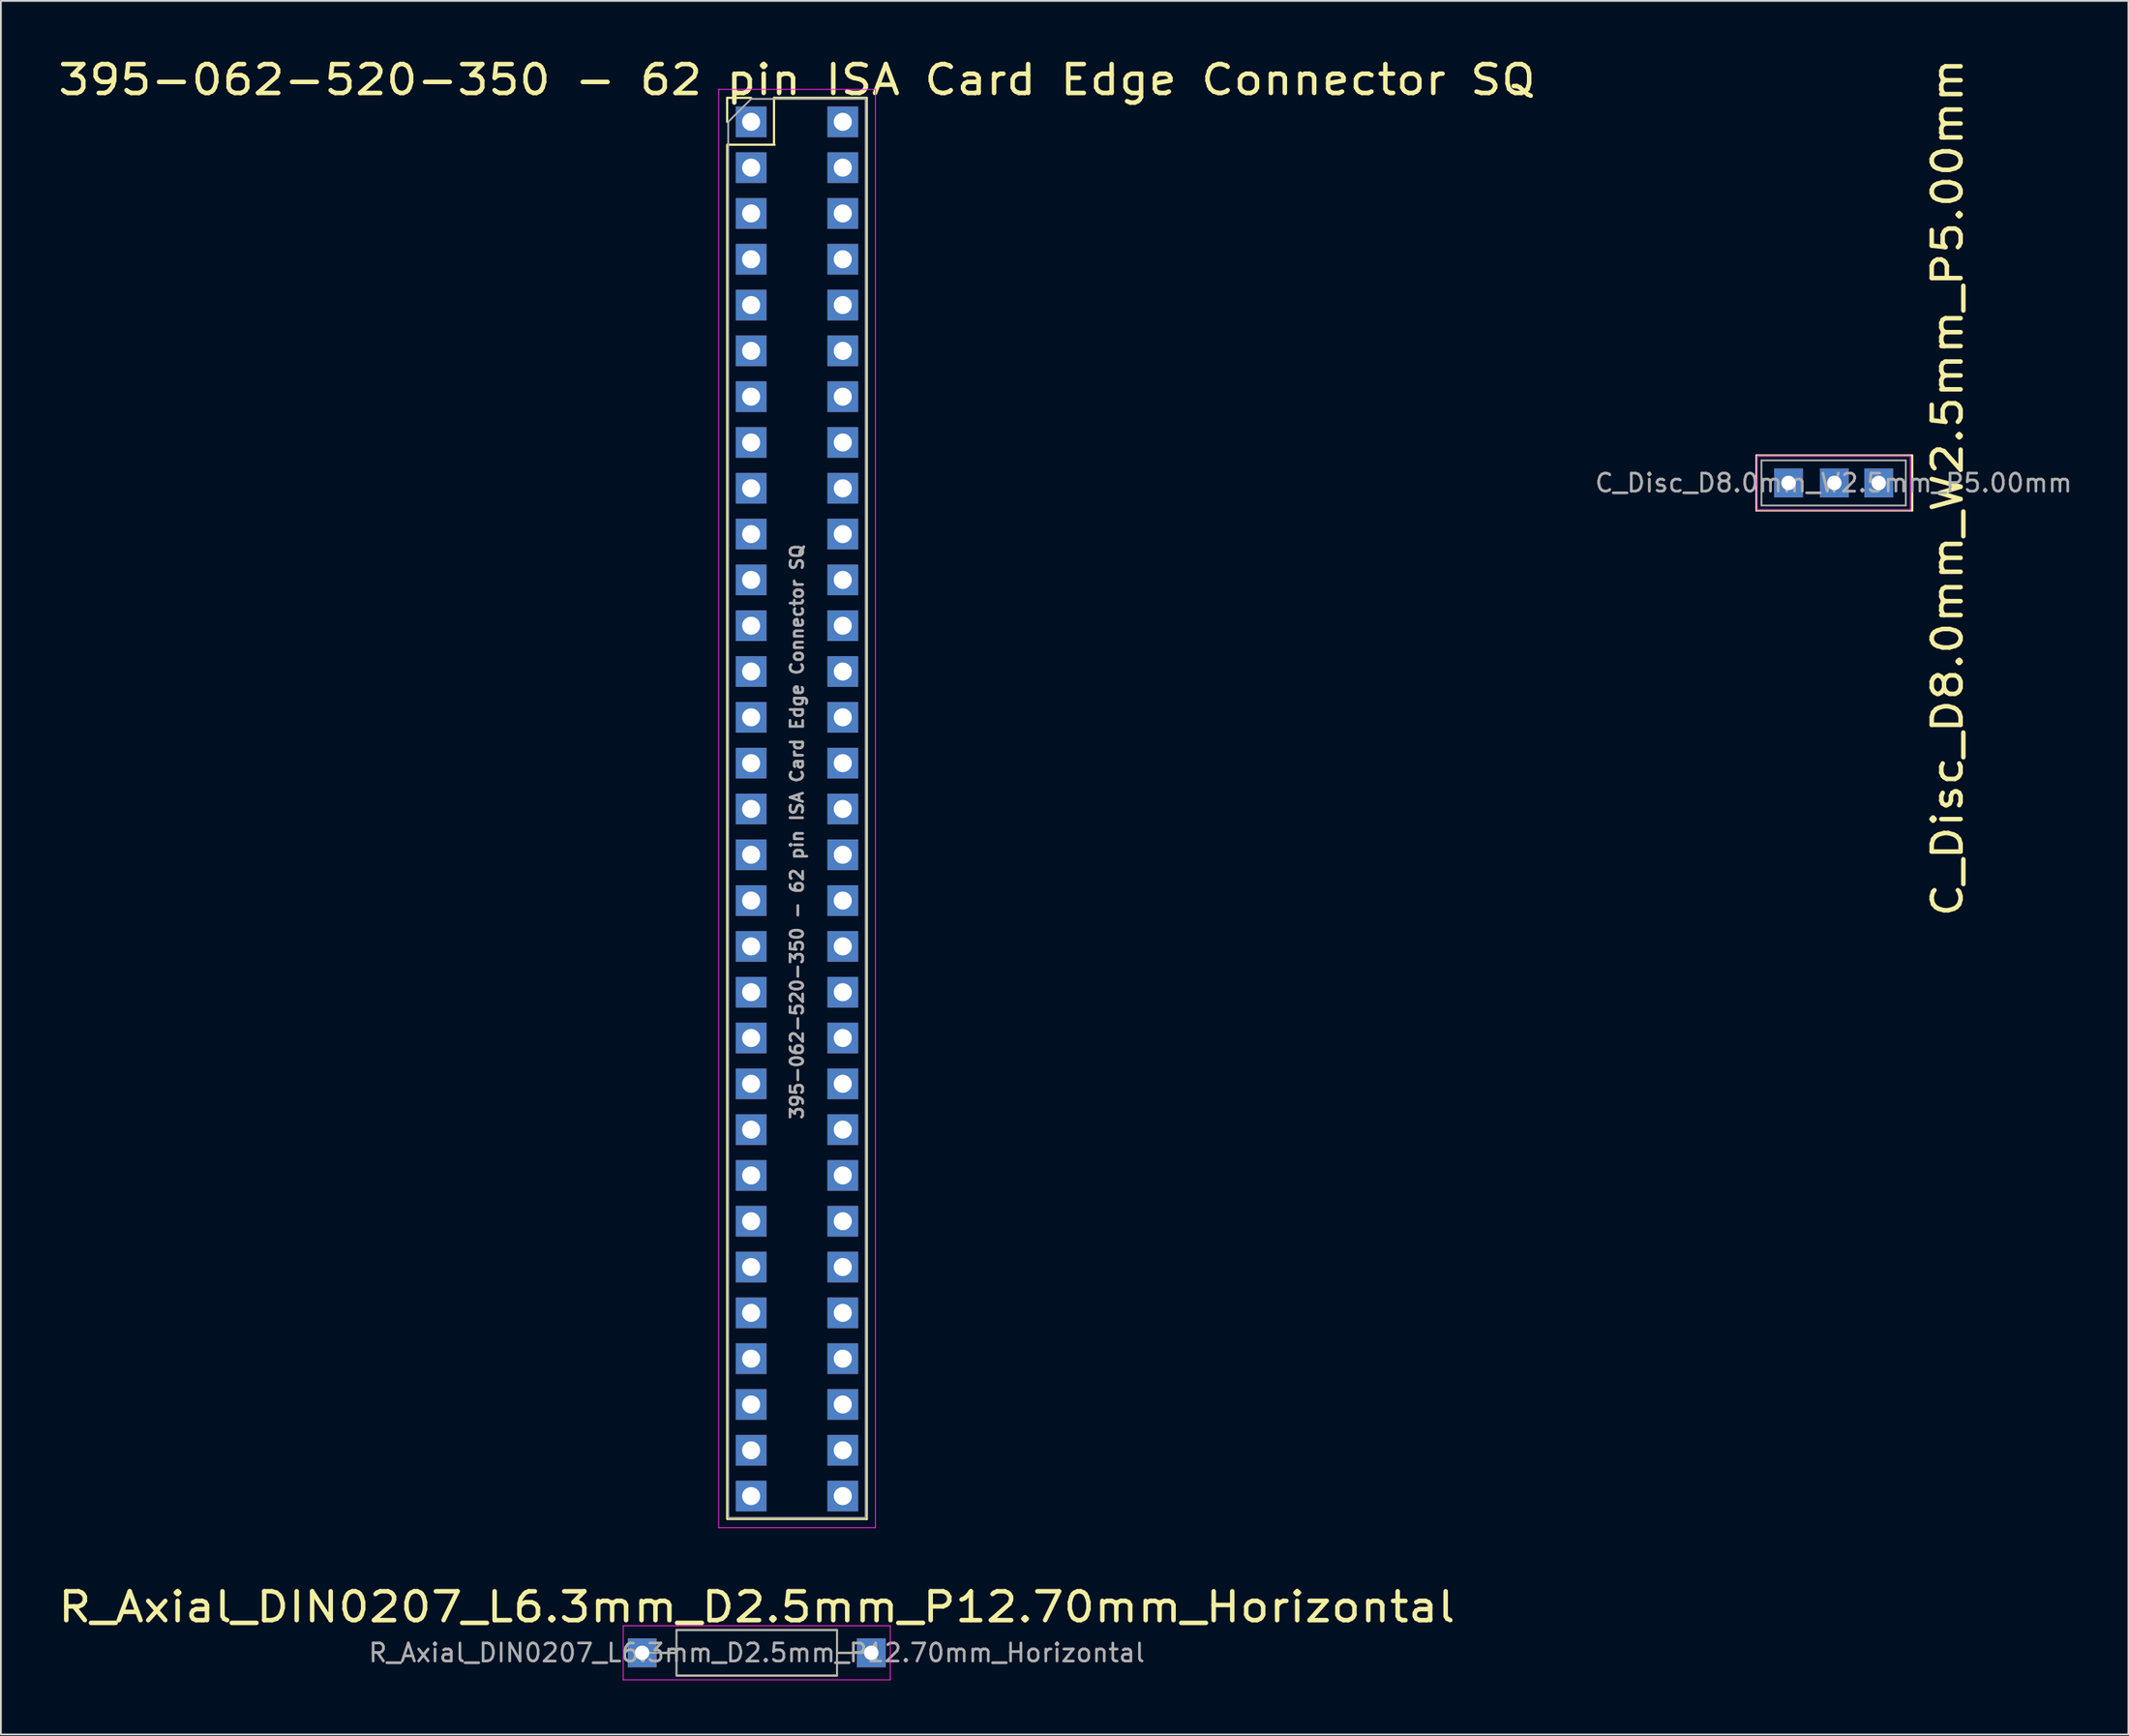
<source format=kicad_pcb>
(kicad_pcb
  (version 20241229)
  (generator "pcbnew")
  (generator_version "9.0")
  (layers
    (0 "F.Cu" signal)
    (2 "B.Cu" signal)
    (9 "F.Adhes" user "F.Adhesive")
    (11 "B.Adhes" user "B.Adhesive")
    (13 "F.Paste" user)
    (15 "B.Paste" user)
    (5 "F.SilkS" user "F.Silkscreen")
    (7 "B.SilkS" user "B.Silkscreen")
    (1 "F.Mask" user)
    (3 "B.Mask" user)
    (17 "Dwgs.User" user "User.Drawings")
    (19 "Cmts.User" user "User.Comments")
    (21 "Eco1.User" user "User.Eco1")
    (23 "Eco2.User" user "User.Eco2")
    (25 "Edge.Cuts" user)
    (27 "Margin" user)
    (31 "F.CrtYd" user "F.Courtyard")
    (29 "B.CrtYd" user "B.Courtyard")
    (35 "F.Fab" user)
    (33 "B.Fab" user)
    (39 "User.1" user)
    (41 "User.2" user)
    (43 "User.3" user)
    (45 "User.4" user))
  (footprint "C_Disc_D8.0mm_W2.5mm_P5.00mm"
    (layer "F.Cu")
    (at 96.086 23.727)
    (property "Reference" "C_Disc_D8.0mm_W2.5mm_P5.00mm" (at 8.81 0.254 270) (layer "F.SilkS") (effects (font (size 1.6 1.8) (thickness 0.25))))
    (fp_line (start -1.778 -1.524) (end -1.778 1.524) (stroke (width 0.12) (type solid)) (layer "F.SilkS"))
    (fp_line (start -1.778 -1.524) (end 6.858 -1.524) (stroke (width 0.12) (type solid)) (layer "F.SilkS"))
    (fp_line (start -1.778 1.524) (end 6.858 1.524) (stroke (width 0.12) (type solid)) (layer "F.SilkS"))
    (fp_line (start 6.858 -1.524) (end 6.858 1.524) (stroke (width 0.12) (type solid)) (layer "F.SilkS"))
    (fp_line (start -1.75 -1.5) (end -1.75 1.5) (stroke (width 0.05) (type solid)) (layer "F.CrtYd"))
    (fp_line (start -1.75 1.5) (end 6.75 1.5) (stroke (width 0.05) (type solid)) (layer "F.CrtYd"))
    (fp_line (start 6.75 -1.5) (end -1.75 -1.5) (stroke (width 0.05) (type solid)) (layer "F.CrtYd"))
    (fp_line (start 6.75 1.5) (end 6.75 -1.5) (stroke (width 0.05) (type solid)) (layer "F.CrtYd"))
    (fp_line (start -1.5 -1.25) (end -1.5 1.25) (stroke (width 0.1) (type solid)) (layer "F.Fab"))
    (fp_line (start -1.5 1.25) (end 6.5 1.25) (stroke (width 0.1) (type solid)) (layer "F.Fab"))
    (fp_line (start 6.5 -1.25) (end -1.5 -1.25) (stroke (width 0.1) (type solid)) (layer "F.Fab"))
    (fp_line (start 6.5 1.25) (end 6.5 -1.25) (stroke (width 0.1) (type solid)) (layer "F.Fab"))
    (fp_text user "${REFERENCE}" (at 2.5 0 180) (layer "F.Fab") (effects (font (size 1 1) (thickness 0.15))))
    (pad "1" thru_hole rect (at 0 0) (size 1.6 1.6) (drill 0.8) (layers "*.Cu" "*.Mask"))
    (pad "2" thru_hole rect (at 5 0) (size 1.6 1.6) (drill 0.8) (layers "*.Cu" "*.Mask"))
    (pad "3" thru_hole rect (at 2.54 0) (size 1.6 1.6) (drill 0.8) (layers "*.Cu" "*.Mask")))
  (footprint "395-062-520-350 - 62 pin ISA Card Edge Connector SQ"
    (layer "F.Cu")
    (at 41.124 3.705)
    (property "Reference" "395-062-520-350 - 62 pin ISA Card Edge Connector SQ" (at 0 -2.33 0) (layer "F.SilkS") (effects (font (size 1.6 1.8) (thickness 0.25))))
    (attr through_hole)
    (fp_line (start -3.87 -1.33) (end -2.54 -1.33) (stroke (width 0.12) (type solid)) (layer "F.SilkS"))
    (fp_line (start -3.87 0) (end -3.87 -1.33) (stroke (width 0.12) (type solid)) (layer "F.SilkS"))
    (fp_line (start -3.87 1.27) (end -3.87 77.47) (stroke (width 0.12) (type solid)) (layer "F.SilkS"))
    (fp_line (start -3.84 1.27) (end -1.24 1.27) (stroke (width 0.12) (type solid)) (layer "F.SilkS"))
    (fp_line (start -3.81 77.47) (end 3.87 77.47) (stroke (width 0.12) (type solid)) (layer "F.SilkS"))
    (fp_line (start -1.27 -1.33) (end 3.87 -1.33) (stroke (width 0.12) (type solid)) (layer "F.SilkS"))
    (fp_line (start -1.27 1.27) (end -1.27 -1.33) (stroke (width 0.12) (type solid)) (layer "F.SilkS"))
    (fp_line (start 3.87 -1.33) (end 3.87 77.47) (stroke (width 0.12) (type solid)) (layer "F.SilkS"))
    (fp_line (start -4.34 -1.8) (end -4.34 77.95) (stroke (width 0.05) (type solid)) (layer "F.CrtYd"))
    (fp_line (start -4.34 77.95) (end 4.35 77.95) (stroke (width 0.05) (type solid)) (layer "F.CrtYd"))
    (fp_line (start 4.35 -1.8) (end -4.34 -1.8) (stroke (width 0.05) (type solid)) (layer "F.CrtYd"))
    (fp_line (start 4.35 77.95) (end 4.35 -1.8) (stroke (width 0.05) (type solid)) (layer "F.CrtYd"))
    (fp_line (start -3.81 0) (end -2.54 -1.27) (stroke (width 0.1) (type solid)) (layer "F.Fab"))
    (fp_line (start -3.81 77.41) (end -3.81 0) (stroke (width 0.1) (type solid)) (layer "F.Fab"))
    (fp_line (start -2.54 -1.27) (end 3.81 -1.27) (stroke (width 0.1) (type solid)) (layer "F.Fab"))
    (fp_line (start 3.81 -1.27) (end 3.81 77.41) (stroke (width 0.1) (type solid)) (layer "F.Fab"))
    (fp_line (start 3.81 77.41) (end -3.81 77.41) (stroke (width 0.1) (type solid)) (layer "F.Fab"))
    (fp_text user "${REFERENCE}" (at 0 39.37 90) (layer "F.Fab") (effects (font (size 0.7 0.7) (thickness 0.15))))
    (pad "1" thru_hole rect (at -2.54 0) (size 1.7 1.7) (drill 1) (layers "*.Cu" "*.Mask"))
    (pad "2" thru_hole rect (at -2.54 2.54) (size 1.7 1.7) (drill 1) (layers "*.Cu" "*.Mask"))
    (pad "3" thru_hole rect (at -2.54 5.08) (size 1.7 1.7) (drill 1) (layers "*.Cu" "*.Mask"))
    (pad "4" thru_hole rect (at -2.54 7.62) (size 1.7 1.7) (drill 1) (layers "*.Cu" "*.Mask"))
    (pad "5" thru_hole rect (at -2.54 10.16) (size 1.7 1.7) (drill 1) (layers "*.Cu" "*.Mask"))
    (pad "6" thru_hole rect (at -2.54 12.7) (size 1.7 1.7) (drill 1) (layers "*.Cu" "*.Mask"))
    (pad "7" thru_hole rect (at -2.54 15.24) (size 1.7 1.7) (drill 1) (layers "*.Cu" "*.Mask"))
    (pad "8" thru_hole rect (at -2.54 17.78) (size 1.7 1.7) (drill 1) (layers "*.Cu" "*.Mask"))
    (pad "9" thru_hole rect (at -2.54 20.32) (size 1.7 1.7) (drill 1) (layers "*.Cu" "*.Mask"))
    (pad "10" thru_hole rect (at -2.54 22.86) (size 1.7 1.7) (drill 1) (layers "*.Cu" "*.Mask"))
    (pad "11" thru_hole rect (at -2.54 25.4) (size 1.7 1.7) (drill 1) (layers "*.Cu" "*.Mask"))
    (pad "12" thru_hole rect (at -2.54 27.94) (size 1.7 1.7) (drill 1) (layers "*.Cu" "*.Mask"))
    (pad "13" thru_hole rect (at -2.54 30.48) (size 1.7 1.7) (drill 1) (layers "*.Cu" "*.Mask"))
    (pad "14" thru_hole rect (at -2.54 33.02) (size 1.7 1.7) (drill 1) (layers "*.Cu" "*.Mask"))
    (pad "15" thru_hole rect (at -2.54 35.56) (size 1.7 1.7) (drill 1) (layers "*.Cu" "*.Mask"))
    (pad "16" thru_hole rect (at -2.54 38.1) (size 1.7 1.7) (drill 1) (layers "*.Cu" "*.Mask"))
    (pad "17" thru_hole rect (at -2.54 40.64) (size 1.7 1.7) (drill 1) (layers "*.Cu" "*.Mask"))
    (pad "18" thru_hole rect (at -2.54 43.18) (size 1.7 1.7) (drill 1) (layers "*.Cu" "*.Mask"))
    (pad "19" thru_hole rect (at -2.54 45.72) (size 1.7 1.7) (drill 1) (layers "*.Cu" "*.Mask"))
    (pad "20" thru_hole rect (at -2.54 48.26) (size 1.7 1.7) (drill 1) (layers "*.Cu" "*.Mask"))
    (pad "21" thru_hole rect (at -2.54 50.8) (size 1.7 1.7) (drill 1) (layers "*.Cu" "*.Mask"))
    (pad "22" thru_hole rect (at -2.54 53.34) (size 1.7 1.7) (drill 1) (layers "*.Cu" "*.Mask"))
    (pad "23" thru_hole rect (at -2.54 55.88) (size 1.7 1.7) (drill 1) (layers "*.Cu" "*.Mask"))
    (pad "24" thru_hole rect (at -2.54 58.42) (size 1.7 1.7) (drill 1) (layers "*.Cu" "*.Mask"))
    (pad "25" thru_hole rect (at -2.54 60.96) (size 1.7 1.7) (drill 1) (layers "*.Cu" "*.Mask"))
    (pad "26" thru_hole rect (at -2.54 63.5) (size 1.7 1.7) (drill 1) (layers "*.Cu" "*.Mask"))
    (pad "27" thru_hole rect (at -2.54 66.04) (size 1.7 1.7) (drill 1) (layers "*.Cu" "*.Mask"))
    (pad "28" thru_hole rect (at -2.54 68.58) (size 1.7 1.7) (drill 1) (layers "*.Cu" "*.Mask"))
    (pad "29" thru_hole rect (at -2.54 71.12) (size 1.7 1.7) (drill 1) (layers "*.Cu" "*.Mask"))
    (pad "30" thru_hole rect (at -2.54 73.66) (size 1.7 1.7) (drill 1) (layers "*.Cu" "*.Mask"))
    (pad "31" thru_hole rect (at -2.54 76.2) (size 1.7 1.7) (drill 1) (layers "*.Cu" "*.Mask"))
    (pad "32" thru_hole rect (at 2.54 0) (size 1.7 1.7) (drill 1) (layers "*.Cu" "*.Mask"))
    (pad "33" thru_hole rect (at 2.54 2.54) (size 1.7 1.7) (drill 1) (layers "*.Cu" "*.Mask"))
    (pad "34" thru_hole rect (at 2.54 5.08) (size 1.7 1.7) (drill 1) (layers "*.Cu" "*.Mask"))
    (pad "35" thru_hole rect (at 2.54 7.62) (size 1.7 1.7) (drill 1) (layers "*.Cu" "*.Mask"))
    (pad "36" thru_hole rect (at 2.54 10.16) (size 1.7 1.7) (drill 1) (layers "*.Cu" "*.Mask"))
    (pad "37" thru_hole rect (at 2.54 12.7) (size 1.7 1.7) (drill 1) (layers "*.Cu" "*.Mask"))
    (pad "38" thru_hole rect (at 2.54 15.24) (size 1.7 1.7) (drill 1) (layers "*.Cu" "*.Mask"))
    (pad "39" thru_hole rect (at 2.54 17.78) (size 1.7 1.7) (drill 1) (layers "*.Cu" "*.Mask"))
    (pad "40" thru_hole rect (at 2.54 20.32) (size 1.7 1.7) (drill 1) (layers "*.Cu" "*.Mask"))
    (pad "41" thru_hole rect (at 2.54 22.86) (size 1.7 1.7) (drill 1) (layers "*.Cu" "*.Mask"))
    (pad "42" thru_hole rect (at 2.54 25.4) (size 1.7 1.7) (drill 1) (layers "*.Cu" "*.Mask"))
    (pad "43" thru_hole rect (at 2.54 27.94) (size 1.7 1.7) (drill 1) (layers "*.Cu" "*.Mask"))
    (pad "44" thru_hole rect (at 2.54 30.48) (size 1.7 1.7) (drill 1) (layers "*.Cu" "*.Mask"))
    (pad "45" thru_hole rect (at 2.54 33.02) (size 1.7 1.7) (drill 1) (layers "*.Cu" "*.Mask"))
    (pad "46" thru_hole rect (at 2.54 35.56) (size 1.7 1.7) (drill 1) (layers "*.Cu" "*.Mask"))
    (pad "47" thru_hole rect (at 2.54 38.1) (size 1.7 1.7) (drill 1) (layers "*.Cu" "*.Mask"))
    (pad "48" thru_hole rect (at 2.54 40.64) (size 1.7 1.7) (drill 1) (layers "*.Cu" "*.Mask"))
    (pad "49" thru_hole rect (at 2.54 43.18) (size 1.7 1.7) (drill 1) (layers "*.Cu" "*.Mask"))
    (pad "50" thru_hole rect (at 2.54 45.72) (size 1.7 1.7) (drill 1) (layers "*.Cu" "*.Mask"))
    (pad "51" thru_hole rect (at 2.54 48.26) (size 1.7 1.7) (drill 1) (layers "*.Cu" "*.Mask"))
    (pad "52" thru_hole rect (at 2.54 50.8) (size 1.7 1.7) (drill 1) (layers "*.Cu" "*.Mask"))
    (pad "53" thru_hole rect (at 2.54 53.34) (size 1.7 1.7) (drill 1) (layers "*.Cu" "*.Mask"))
    (pad "54" thru_hole rect (at 2.54 55.88) (size 1.7 1.7) (drill 1) (layers "*.Cu" "*.Mask"))
    (pad "55" thru_hole rect (at 2.54 58.42) (size 1.7 1.7) (drill 1) (layers "*.Cu" "*.Mask"))
    (pad "56" thru_hole rect (at 2.54 60.96) (size 1.7 1.7) (drill 1) (layers "*.Cu" "*.Mask"))
    (pad "57" thru_hole rect (at 2.54 63.5) (size 1.7 1.7) (drill 1) (layers "*.Cu" "*.Mask"))
    (pad "58" thru_hole rect (at 2.54 66.04) (size 1.7 1.7) (drill 1) (layers "*.Cu" "*.Mask"))
    (pad "59" thru_hole rect (at 2.54 68.58) (size 1.7 1.7) (drill 1) (layers "*.Cu" "*.Mask"))
    (pad "60" thru_hole rect (at 2.54 71.12) (size 1.7 1.7) (drill 1) (layers "*.Cu" "*.Mask"))
    (pad "61" thru_hole rect (at 2.54 73.66) (size 1.7 1.7) (drill 1) (layers "*.Cu" "*.Mask"))
    (pad "62" thru_hole rect (at 2.54 76.2) (size 1.7 1.7) (drill 1) (layers "*.Cu" "*.Mask")))
  (footprint "R_Axial_DIN0207_L6.3mm_D2.5mm_P12.70mm_Horizontal"
    (layer "F.Cu")
    (at 32.545 88.594)
    (property "Reference" "R_Axial_DIN0207_L6.3mm_D2.5mm_P12.70mm_Horizontal" (at 6.35 -2.54 0) (layer "F.SilkS") (effects (font (size 1.6 1.8) (thickness 0.25))))
    (attr through_hole)
    (fp_line (start 1.905 -1.27) (end 10.795 -1.27) (stroke (width 0.1) (type default)) (layer "F.SilkS"))
    (fp_line (start 1.905 0) (end 1.016 0) (stroke (width 0.12) (type solid)) (layer "F.SilkS"))
    (fp_line (start 1.905 1.27) (end 1.905 -1.27) (stroke (width 0.1) (type default)) (layer "F.SilkS"))
    (fp_line (start 10.795 -1.27) (end 10.795 1.27) (stroke (width 0.1) (type default)) (layer "F.SilkS"))
    (fp_line (start 10.795 0) (end 11.684 0) (stroke (width 0.12) (type solid)) (layer "F.SilkS"))
    (fp_line (start 10.795 1.27) (end 1.905 1.27) (stroke (width 0.1) (type default)) (layer "F.SilkS"))
    (fp_line (start -1.05 -1.5) (end -1.05 1.5) (stroke (width 0.05) (type solid)) (layer "F.CrtYd"))
    (fp_line (start -1.05 1.5) (end 13.75 1.5) (stroke (width 0.05) (type solid)) (layer "F.CrtYd"))
    (fp_line (start 13.75 -1.5) (end -1.05 -1.5) (stroke (width 0.05) (type solid)) (layer "F.CrtYd"))
    (fp_line (start 13.75 1.5) (end 13.75 -1.5) (stroke (width 0.05) (type solid)) (layer "F.CrtYd"))
    (fp_line (start 0 0) (end 1.905 0) (stroke (width 0.1) (type solid)) (layer "F.Fab"))
    (fp_line (start 1.905 -1.25) (end 1.905 1.25) (stroke (width 0.1) (type solid)) (layer "F.Fab"))
    (fp_line (start 1.905 1.25) (end 10.795 1.25) (stroke (width 0.1) (type solid)) (layer "F.Fab"))
    (fp_line (start 10.795 -1.25) (end 1.905 -1.25) (stroke (width 0.1) (type solid)) (layer "F.Fab"))
    (fp_line (start 10.795 1.25) (end 10.795 -1.25) (stroke (width 0.1) (type solid)) (layer "F.Fab"))
    (fp_line (start 12.7 0) (end 10.795 0) (stroke (width 0.1) (type solid)) (layer "F.Fab"))
    (fp_text user "${REFERENCE}" (at 6.35 0 0) (layer "F.Fab") (effects (font (size 1 1) (thickness 0.15))))
    (pad "1" thru_hole rect (at 0 0) (size 1.6 1.6) (drill 0.8) (layers "*.Cu" "*.Mask"))
    (pad "2" thru_hole rect (at 12.7 0) (size 1.6 1.6) (drill 0.8) (layers "*.Cu" "*.Mask")))
  (gr_rect
    (start -3 -3)
    (end 114.926 93.12)
    (stroke (width 0.1) (type default))
    (fill no)
    (layer "Edge.Cuts")))
</source>
